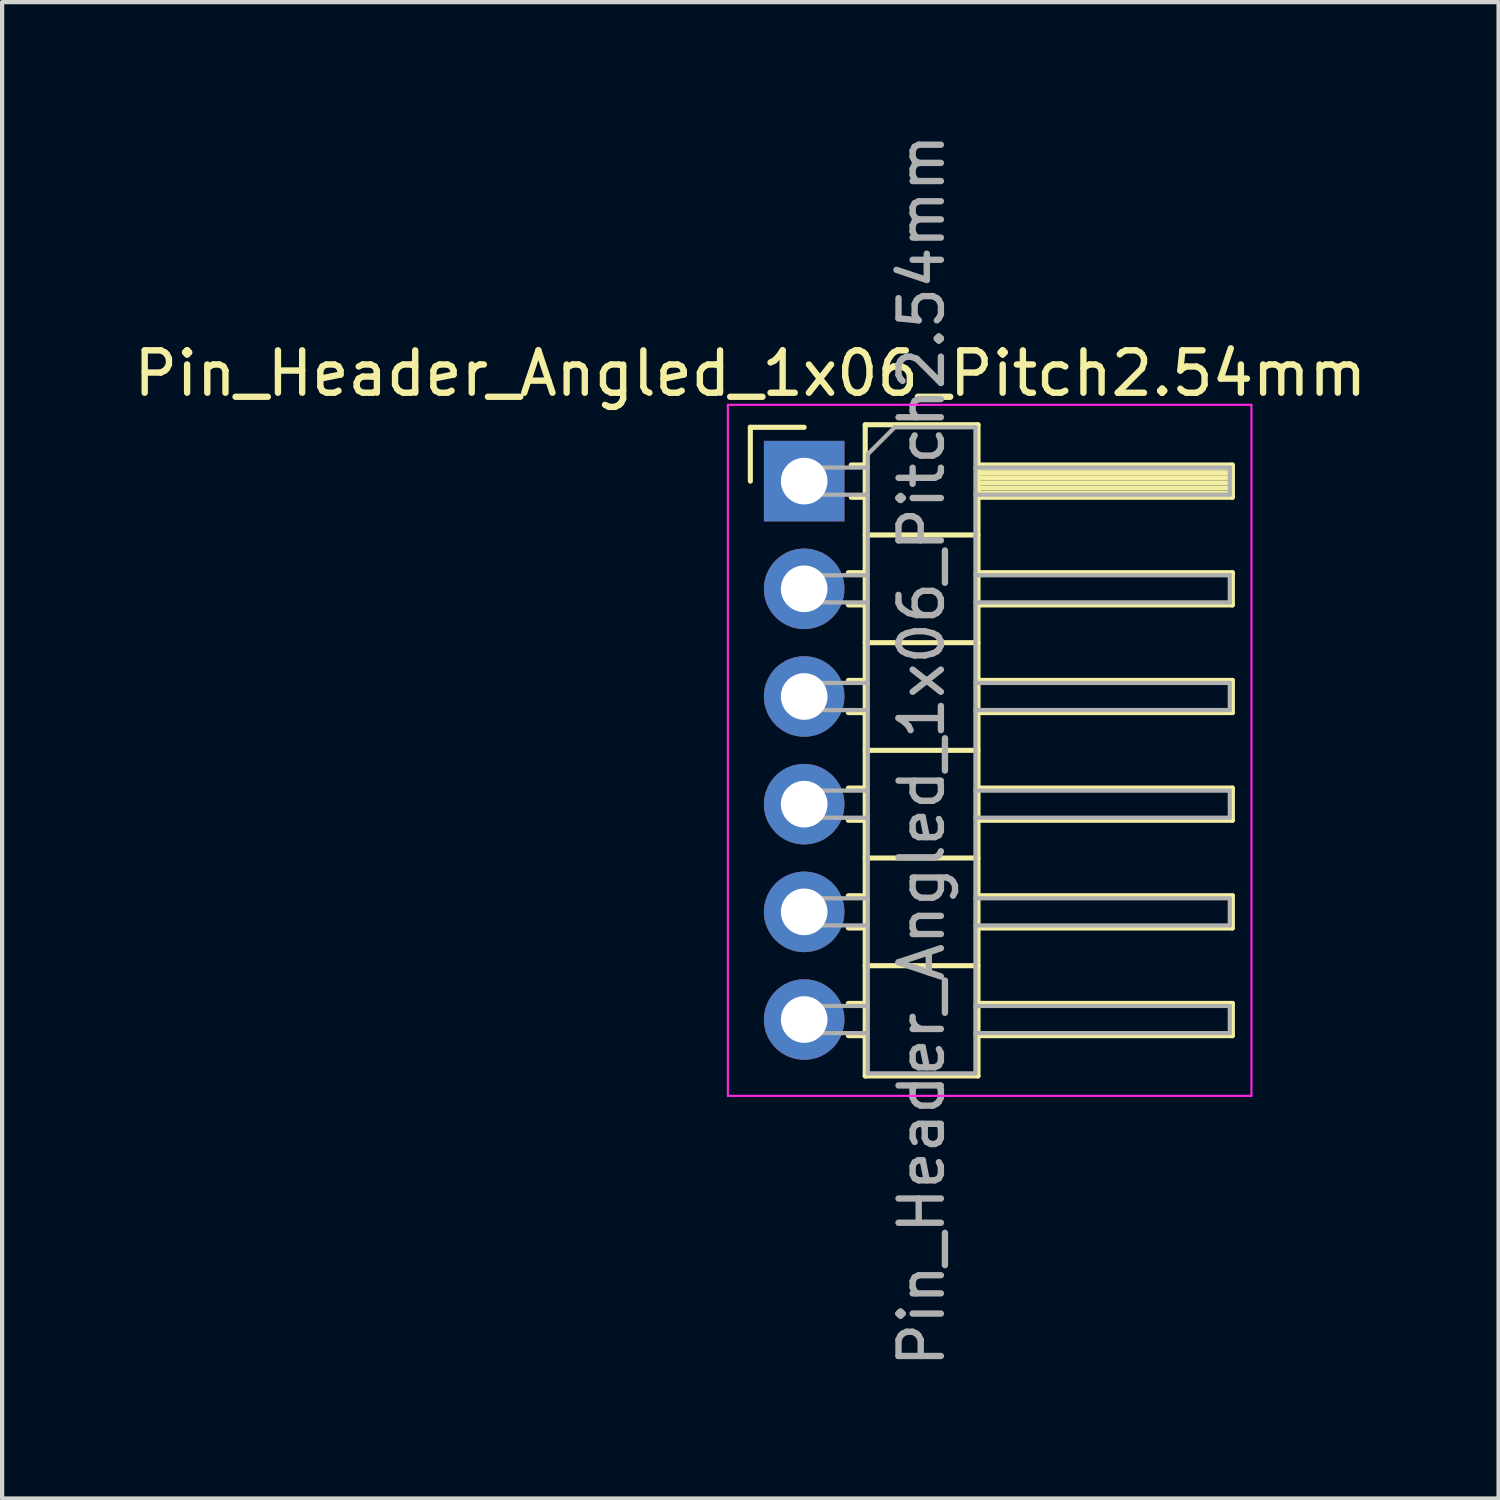
<source format=kicad_pcb>
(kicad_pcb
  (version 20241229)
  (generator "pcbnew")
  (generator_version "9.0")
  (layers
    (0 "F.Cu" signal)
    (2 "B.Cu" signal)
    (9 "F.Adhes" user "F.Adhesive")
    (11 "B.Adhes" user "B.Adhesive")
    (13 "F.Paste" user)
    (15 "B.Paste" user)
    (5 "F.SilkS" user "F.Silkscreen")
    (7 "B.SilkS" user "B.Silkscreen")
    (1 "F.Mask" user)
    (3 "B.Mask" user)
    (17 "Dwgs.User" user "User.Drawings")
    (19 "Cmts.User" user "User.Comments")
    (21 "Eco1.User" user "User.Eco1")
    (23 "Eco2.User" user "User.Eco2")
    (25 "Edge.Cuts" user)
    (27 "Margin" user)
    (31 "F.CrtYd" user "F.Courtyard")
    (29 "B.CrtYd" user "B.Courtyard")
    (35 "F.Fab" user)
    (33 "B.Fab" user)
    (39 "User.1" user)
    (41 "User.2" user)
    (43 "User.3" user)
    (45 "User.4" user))
  (footprint "Pin_Header_Angled_1x06_Pitch2.54mm"
    (layer "F.Cu")
    (at 15.919 8.299)
    (property "Reference" "Pin_Header_Angled_1x06_Pitch2.54mm" (at -1.27 -2.54 0) (layer "F.SilkS") (effects (font (size 1 1) (thickness 0.15))))
    (attr through_hole)
    (fp_line (start -1.27 -1.27) (end 0 -1.27) (stroke (width 0.12) (type solid)) (layer "F.SilkS"))
    (fp_line (start -1.27 0) (end -1.27 -1.27) (stroke (width 0.12) (type solid)) (layer "F.SilkS"))
    (fp_line (start 1.043 2.16) (end 1.44 2.16) (stroke (width 0.12) (type solid)) (layer "F.SilkS"))
    (fp_line (start 1.043 2.92) (end 1.44 2.92) (stroke (width 0.12) (type solid)) (layer "F.SilkS"))
    (fp_line (start 1.043 4.7) (end 1.44 4.7) (stroke (width 0.12) (type solid)) (layer "F.SilkS"))
    (fp_line (start 1.043 5.46) (end 1.44 5.46) (stroke (width 0.12) (type solid)) (layer "F.SilkS"))
    (fp_line (start 1.043 7.24) (end 1.44 7.24) (stroke (width 0.12) (type solid)) (layer "F.SilkS"))
    (fp_line (start 1.043 8) (end 1.44 8) (stroke (width 0.12) (type solid)) (layer "F.SilkS"))
    (fp_line (start 1.043 9.78) (end 1.44 9.78) (stroke (width 0.12) (type solid)) (layer "F.SilkS"))
    (fp_line (start 1.043 10.54) (end 1.44 10.54) (stroke (width 0.12) (type solid)) (layer "F.SilkS"))
    (fp_line (start 1.043 12.32) (end 1.44 12.32) (stroke (width 0.12) (type solid)) (layer "F.SilkS"))
    (fp_line (start 1.043 13.08) (end 1.44 13.08) (stroke (width 0.12) (type solid)) (layer "F.SilkS"))
    (fp_line (start 1.11 -0.38) (end 1.44 -0.38) (stroke (width 0.12) (type solid)) (layer "F.SilkS"))
    (fp_line (start 1.11 0.38) (end 1.44 0.38) (stroke (width 0.12) (type solid)) (layer "F.SilkS"))
    (fp_line (start 1.44 -1.33) (end 1.44 14.03) (stroke (width 0.12) (type solid)) (layer "F.SilkS"))
    (fp_line (start 1.44 1.27) (end 4.1 1.27) (stroke (width 0.12) (type solid)) (layer "F.SilkS"))
    (fp_line (start 1.44 3.81) (end 4.1 3.81) (stroke (width 0.12) (type solid)) (layer "F.SilkS"))
    (fp_line (start 1.44 6.35) (end 4.1 6.35) (stroke (width 0.12) (type solid)) (layer "F.SilkS"))
    (fp_line (start 1.44 8.89) (end 4.1 8.89) (stroke (width 0.12) (type solid)) (layer "F.SilkS"))
    (fp_line (start 1.44 11.43) (end 4.1 11.43) (stroke (width 0.12) (type solid)) (layer "F.SilkS"))
    (fp_line (start 1.44 14.03) (end 4.1 14.03) (stroke (width 0.12) (type solid)) (layer "F.SilkS"))
    (fp_line (start 4.1 -1.33) (end 1.44 -1.33) (stroke (width 0.12) (type solid)) (layer "F.SilkS"))
    (fp_line (start 4.1 -0.38) (end 10.1 -0.38) (stroke (width 0.12) (type solid)) (layer "F.SilkS"))
    (fp_line (start 4.1 -0.32) (end 10.1 -0.32) (stroke (width 0.12) (type solid)) (layer "F.SilkS"))
    (fp_line (start 4.1 -0.2) (end 10.1 -0.2) (stroke (width 0.12) (type solid)) (layer "F.SilkS"))
    (fp_line (start 4.1 -0.08) (end 10.1 -0.08) (stroke (width 0.12) (type solid)) (layer "F.SilkS"))
    (fp_line (start 4.1 0.04) (end 10.1 0.04) (stroke (width 0.12) (type solid)) (layer "F.SilkS"))
    (fp_line (start 4.1 0.16) (end 10.1 0.16) (stroke (width 0.12) (type solid)) (layer "F.SilkS"))
    (fp_line (start 4.1 0.28) (end 10.1 0.28) (stroke (width 0.12) (type solid)) (layer "F.SilkS"))
    (fp_line (start 4.1 2.16) (end 10.1 2.16) (stroke (width 0.12) (type solid)) (layer "F.SilkS"))
    (fp_line (start 4.1 4.7) (end 10.1 4.7) (stroke (width 0.12) (type solid)) (layer "F.SilkS"))
    (fp_line (start 4.1 7.24) (end 10.1 7.24) (stroke (width 0.12) (type solid)) (layer "F.SilkS"))
    (fp_line (start 4.1 9.78) (end 10.1 9.78) (stroke (width 0.12) (type solid)) (layer "F.SilkS"))
    (fp_line (start 4.1 12.32) (end 10.1 12.32) (stroke (width 0.12) (type solid)) (layer "F.SilkS"))
    (fp_line (start 4.1 14.03) (end 4.1 -1.33) (stroke (width 0.12) (type solid)) (layer "F.SilkS"))
    (fp_line (start 10.1 -0.38) (end 10.1 0.38) (stroke (width 0.12) (type solid)) (layer "F.SilkS"))
    (fp_line (start 10.1 0.38) (end 4.1 0.38) (stroke (width 0.12) (type solid)) (layer "F.SilkS"))
    (fp_line (start 10.1 2.16) (end 10.1 2.92) (stroke (width 0.12) (type solid)) (layer "F.SilkS"))
    (fp_line (start 10.1 2.92) (end 4.1 2.92) (stroke (width 0.12) (type solid)) (layer "F.SilkS"))
    (fp_line (start 10.1 4.7) (end 10.1 5.46) (stroke (width 0.12) (type solid)) (layer "F.SilkS"))
    (fp_line (start 10.1 5.46) (end 4.1 5.46) (stroke (width 0.12) (type solid)) (layer "F.SilkS"))
    (fp_line (start 10.1 7.24) (end 10.1 8) (stroke (width 0.12) (type solid)) (layer "F.SilkS"))
    (fp_line (start 10.1 8) (end 4.1 8) (stroke (width 0.12) (type solid)) (layer "F.SilkS"))
    (fp_line (start 10.1 9.78) (end 10.1 10.54) (stroke (width 0.12) (type solid)) (layer "F.SilkS"))
    (fp_line (start 10.1 10.54) (end 4.1 10.54) (stroke (width 0.12) (type solid)) (layer "F.SilkS"))
    (fp_line (start 10.1 12.32) (end 10.1 13.08) (stroke (width 0.12) (type solid)) (layer "F.SilkS"))
    (fp_line (start 10.1 13.08) (end 4.1 13.08) (stroke (width 0.12) (type solid)) (layer "F.SilkS"))
    (fp_line (start -1.8 -1.8) (end -1.8 14.5) (stroke (width 0.05) (type solid)) (layer "F.CrtYd"))
    (fp_line (start -1.8 14.5) (end 10.55 14.5) (stroke (width 0.05) (type solid)) (layer "F.CrtYd"))
    (fp_line (start 10.55 -1.8) (end -1.8 -1.8) (stroke (width 0.05) (type solid)) (layer "F.CrtYd"))
    (fp_line (start 10.55 14.5) (end 10.55 -1.8) (stroke (width 0.05) (type solid)) (layer "F.CrtYd"))
    (fp_line (start -0.32 -0.32) (end -0.32 0.32) (stroke (width 0.1) (type solid)) (layer "F.Fab"))
    (fp_line (start -0.32 -0.32) (end 1.5 -0.32) (stroke (width 0.1) (type solid)) (layer "F.Fab"))
    (fp_line (start -0.32 0.32) (end 1.5 0.32) (stroke (width 0.1) (type solid)) (layer "F.Fab"))
    (fp_line (start -0.32 2.22) (end -0.32 2.86) (stroke (width 0.1) (type solid)) (layer "F.Fab"))
    (fp_line (start -0.32 2.22) (end 1.5 2.22) (stroke (width 0.1) (type solid)) (layer "F.Fab"))
    (fp_line (start -0.32 2.86) (end 1.5 2.86) (stroke (width 0.1) (type solid)) (layer "F.Fab"))
    (fp_line (start -0.32 4.76) (end -0.32 5.4) (stroke (width 0.1) (type solid)) (layer "F.Fab"))
    (fp_line (start -0.32 4.76) (end 1.5 4.76) (stroke (width 0.1) (type solid)) (layer "F.Fab"))
    (fp_line (start -0.32 5.4) (end 1.5 5.4) (stroke (width 0.1) (type solid)) (layer "F.Fab"))
    (fp_line (start -0.32 7.3) (end -0.32 7.94) (stroke (width 0.1) (type solid)) (layer "F.Fab"))
    (fp_line (start -0.32 7.3) (end 1.5 7.3) (stroke (width 0.1) (type solid)) (layer "F.Fab"))
    (fp_line (start -0.32 7.94) (end 1.5 7.94) (stroke (width 0.1) (type solid)) (layer "F.Fab"))
    (fp_line (start -0.32 9.84) (end -0.32 10.48) (stroke (width 0.1) (type solid)) (layer "F.Fab"))
    (fp_line (start -0.32 9.84) (end 1.5 9.84) (stroke (width 0.1) (type solid)) (layer "F.Fab"))
    (fp_line (start -0.32 10.48) (end 1.5 10.48) (stroke (width 0.1) (type solid)) (layer "F.Fab"))
    (fp_line (start -0.32 12.38) (end -0.32 13.02) (stroke (width 0.1) (type solid)) (layer "F.Fab"))
    (fp_line (start -0.32 12.38) (end 1.5 12.38) (stroke (width 0.1) (type solid)) (layer "F.Fab"))
    (fp_line (start -0.32 13.02) (end 1.5 13.02) (stroke (width 0.1) (type solid)) (layer "F.Fab"))
    (fp_line (start 1.5 -0.635) (end 2.135 -1.27) (stroke (width 0.1) (type solid)) (layer "F.Fab"))
    (fp_line (start 1.5 13.97) (end 1.5 -0.635) (stroke (width 0.1) (type solid)) (layer "F.Fab"))
    (fp_line (start 2.135 -1.27) (end 4.04 -1.27) (stroke (width 0.1) (type solid)) (layer "F.Fab"))
    (fp_line (start 4.04 -1.27) (end 4.04 13.97) (stroke (width 0.1) (type solid)) (layer "F.Fab"))
    (fp_line (start 4.04 -0.32) (end 10.04 -0.32) (stroke (width 0.1) (type solid)) (layer "F.Fab"))
    (fp_line (start 4.04 0.32) (end 10.04 0.32) (stroke (width 0.1) (type solid)) (layer "F.Fab"))
    (fp_line (start 4.04 2.22) (end 10.04 2.22) (stroke (width 0.1) (type solid)) (layer "F.Fab"))
    (fp_line (start 4.04 2.86) (end 10.04 2.86) (stroke (width 0.1) (type solid)) (layer "F.Fab"))
    (fp_line (start 4.04 4.76) (end 10.04 4.76) (stroke (width 0.1) (type solid)) (layer "F.Fab"))
    (fp_line (start 4.04 5.4) (end 10.04 5.4) (stroke (width 0.1) (type solid)) (layer "F.Fab"))
    (fp_line (start 4.04 7.3) (end 10.04 7.3) (stroke (width 0.1) (type solid)) (layer "F.Fab"))
    (fp_line (start 4.04 7.94) (end 10.04 7.94) (stroke (width 0.1) (type solid)) (layer "F.Fab"))
    (fp_line (start 4.04 9.84) (end 10.04 9.84) (stroke (width 0.1) (type solid)) (layer "F.Fab"))
    (fp_line (start 4.04 10.48) (end 10.04 10.48) (stroke (width 0.1) (type solid)) (layer "F.Fab"))
    (fp_line (start 4.04 12.38) (end 10.04 12.38) (stroke (width 0.1) (type solid)) (layer "F.Fab"))
    (fp_line (start 4.04 13.02) (end 10.04 13.02) (stroke (width 0.1) (type solid)) (layer "F.Fab"))
    (fp_line (start 4.04 13.97) (end 1.5 13.97) (stroke (width 0.1) (type solid)) (layer "F.Fab"))
    (fp_line (start 10.04 -0.32) (end 10.04 0.32) (stroke (width 0.1) (type solid)) (layer "F.Fab"))
    (fp_line (start 10.04 2.22) (end 10.04 2.86) (stroke (width 0.1) (type solid)) (layer "F.Fab"))
    (fp_line (start 10.04 4.76) (end 10.04 5.4) (stroke (width 0.1) (type solid)) (layer "F.Fab"))
    (fp_line (start 10.04 7.3) (end 10.04 7.94) (stroke (width 0.1) (type solid)) (layer "F.Fab"))
    (fp_line (start 10.04 9.84) (end 10.04 10.48) (stroke (width 0.1) (type solid)) (layer "F.Fab"))
    (fp_line (start 10.04 12.38) (end 10.04 13.02) (stroke (width 0.1) (type solid)) (layer "F.Fab"))
    (fp_text user "${REFERENCE}" (at 2.77 6.35 90) (layer "F.Fab") (effects (font (size 1 1) (thickness 0.15))))
    (pad "1" thru_hole rect (at 0 0) (size 1.9 1.9) (drill 1.1) (layers "*.Cu" "*.Mask"))
    (pad "2" thru_hole circle (at 0 2.54) (size 1.9 1.9) (drill 1.1) (layers "*.Cu" "*.Mask"))
    (pad "3" thru_hole circle (at 0 5.08) (size 1.9 1.9) (drill 1.1) (layers "*.Cu" "*.Mask"))
    (pad "4" thru_hole circle (at 0 7.62) (size 1.9 1.9) (drill 1.1) (layers "*.Cu" "*.Mask"))
    (pad "5" thru_hole circle (at 0 10.16) (size 1.9 1.9) (drill 1.1) (layers "*.Cu" "*.Mask"))
    (pad "6" thru_hole circle (at 0 12.7) (size 1.9 1.9) (drill 1.1) (layers "*.Cu" "*.Mask")))
  (gr_rect
    (start -3 -3)
    (end 32.298 32.298)
    (stroke (width 0.1) (type default))
    (fill no)
    (layer "Edge.Cuts")))
</source>
